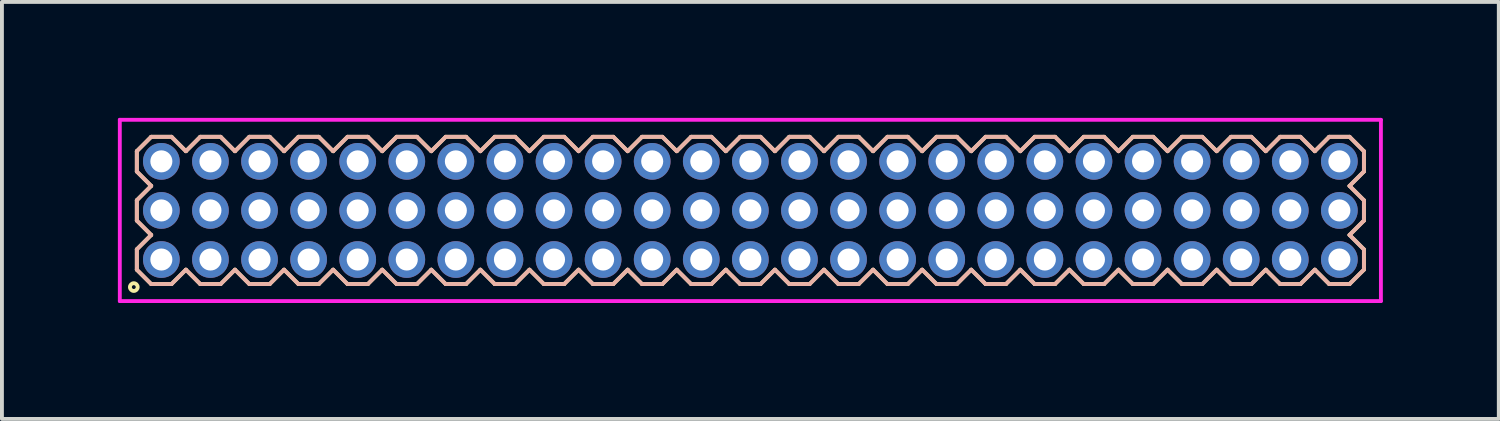
<source format=kicad_pcb>
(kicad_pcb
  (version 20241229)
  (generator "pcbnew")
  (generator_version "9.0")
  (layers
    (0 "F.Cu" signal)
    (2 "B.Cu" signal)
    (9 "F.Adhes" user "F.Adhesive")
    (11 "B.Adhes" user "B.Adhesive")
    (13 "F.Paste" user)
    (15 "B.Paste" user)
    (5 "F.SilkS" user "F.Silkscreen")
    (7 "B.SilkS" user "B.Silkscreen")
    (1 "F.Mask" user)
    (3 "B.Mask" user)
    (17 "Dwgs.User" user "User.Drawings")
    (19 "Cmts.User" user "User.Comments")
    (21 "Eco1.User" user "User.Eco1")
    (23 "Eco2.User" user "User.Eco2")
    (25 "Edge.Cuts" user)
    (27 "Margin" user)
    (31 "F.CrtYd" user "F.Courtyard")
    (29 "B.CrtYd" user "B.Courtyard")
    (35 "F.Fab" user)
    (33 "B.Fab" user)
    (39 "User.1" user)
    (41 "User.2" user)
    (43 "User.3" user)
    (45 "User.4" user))
  (footprint "HDR127P25x3"
    (layer "F.Cu")
    (at 16.365 2.395)
    (property "Reference" "HDR127P25x3" (at 0 0 0) (layer "User.1") (effects (font (size 1 1) (thickness 0.1))))
    (attr through_hole)
    (fp_line (start -15.875 -1.533) (end -15.503 -1.905) (stroke (width 0.1) (type solid)) (layer "F.SilkS"))
    (fp_line (start -15.875 -1.007) (end -15.875 -1.533) (stroke (width 0.1) (type solid)) (layer "F.SilkS"))
    (fp_line (start -15.875 -0.263) (end -15.503 -0.635) (stroke (width 0.1) (type solid)) (layer "F.SilkS"))
    (fp_line (start -15.875 0.263) (end -15.875 -0.263) (stroke (width 0.1) (type solid)) (layer "F.SilkS"))
    (fp_line (start -15.875 1.007) (end -15.503 0.635) (stroke (width 0.1) (type solid)) (layer "F.SilkS"))
    (fp_line (start -15.875 1.533) (end -15.875 1.007) (stroke (width 0.1) (type solid)) (layer "F.SilkS"))
    (fp_line (start -15.503 -1.905) (end -14.977 -1.905) (stroke (width 0.1) (type solid)) (layer "F.SilkS"))
    (fp_line (start -15.503 -0.635) (end -15.875 -1.007) (stroke (width 0.1) (type solid)) (layer "F.SilkS"))
    (fp_line (start -15.503 0.635) (end -15.875 0.263) (stroke (width 0.1) (type solid)) (layer "F.SilkS"))
    (fp_line (start -15.503 1.905) (end -15.875 1.533) (stroke (width 0.1) (type solid)) (layer "F.SilkS"))
    (fp_line (start -14.977 -1.905) (end -14.605 -1.533) (stroke (width 0.1) (type solid)) (layer "F.SilkS"))
    (fp_line (start -14.977 1.905) (end -15.503 1.905) (stroke (width 0.1) (type solid)) (layer "F.SilkS"))
    (fp_line (start -14.605 -1.533) (end -14.233 -1.905) (stroke (width 0.1) (type solid)) (layer "F.SilkS"))
    (fp_line (start -14.605 1.533) (end -14.977 1.905) (stroke (width 0.1) (type solid)) (layer "F.SilkS"))
    (fp_line (start -14.233 -1.905) (end -13.707 -1.905) (stroke (width 0.1) (type solid)) (layer "F.SilkS"))
    (fp_line (start -14.233 1.905) (end -14.605 1.533) (stroke (width 0.1) (type solid)) (layer "F.SilkS"))
    (fp_line (start -13.707 -1.905) (end -13.335 -1.533) (stroke (width 0.1) (type solid)) (layer "F.SilkS"))
    (fp_line (start -13.707 1.905) (end -14.233 1.905) (stroke (width 0.1) (type solid)) (layer "F.SilkS"))
    (fp_line (start -13.335 -1.533) (end -12.963 -1.905) (stroke (width 0.1) (type solid)) (layer "F.SilkS"))
    (fp_line (start -13.335 1.533) (end -13.707 1.905) (stroke (width 0.1) (type solid)) (layer "F.SilkS"))
    (fp_line (start -12.963 -1.905) (end -12.437 -1.905) (stroke (width 0.1) (type solid)) (layer "F.SilkS"))
    (fp_line (start -12.963 1.905) (end -13.335 1.533) (stroke (width 0.1) (type solid)) (layer "F.SilkS"))
    (fp_line (start -12.437 -1.905) (end -12.065 -1.533) (stroke (width 0.1) (type solid)) (layer "F.SilkS"))
    (fp_line (start -12.437 1.905) (end -12.963 1.905) (stroke (width 0.1) (type solid)) (layer "F.SilkS"))
    (fp_line (start -12.065 -1.533) (end -11.693 -1.905) (stroke (width 0.1) (type solid)) (layer "F.SilkS"))
    (fp_line (start -12.065 1.533) (end -12.437 1.905) (stroke (width 0.1) (type solid)) (layer "F.SilkS"))
    (fp_line (start -11.693 -1.905) (end -11.167 -1.905) (stroke (width 0.1) (type solid)) (layer "F.SilkS"))
    (fp_line (start -11.693 1.905) (end -12.065 1.533) (stroke (width 0.1) (type solid)) (layer "F.SilkS"))
    (fp_line (start -11.167 -1.905) (end -10.795 -1.533) (stroke (width 0.1) (type solid)) (layer "F.SilkS"))
    (fp_line (start -11.167 1.905) (end -11.693 1.905) (stroke (width 0.1) (type solid)) (layer "F.SilkS"))
    (fp_line (start -10.795 -1.533) (end -10.423 -1.905) (stroke (width 0.1) (type solid)) (layer "F.SilkS"))
    (fp_line (start -10.795 1.533) (end -11.167 1.905) (stroke (width 0.1) (type solid)) (layer "F.SilkS"))
    (fp_line (start -10.423 -1.905) (end -9.897 -1.905) (stroke (width 0.1) (type solid)) (layer "F.SilkS"))
    (fp_line (start -10.423 1.905) (end -10.795 1.533) (stroke (width 0.1) (type solid)) (layer "F.SilkS"))
    (fp_line (start -9.897 -1.905) (end -9.525 -1.533) (stroke (width 0.1) (type solid)) (layer "F.SilkS"))
    (fp_line (start -9.897 1.905) (end -10.423 1.905) (stroke (width 0.1) (type solid)) (layer "F.SilkS"))
    (fp_line (start -9.525 -1.533) (end -9.153 -1.905) (stroke (width 0.1) (type solid)) (layer "F.SilkS"))
    (fp_line (start -9.525 1.533) (end -9.897 1.905) (stroke (width 0.1) (type solid)) (layer "F.SilkS"))
    (fp_line (start -9.153 -1.905) (end -8.627 -1.905) (stroke (width 0.1) (type solid)) (layer "F.SilkS"))
    (fp_line (start -9.153 1.905) (end -9.525 1.533) (stroke (width 0.1) (type solid)) (layer "F.SilkS"))
    (fp_line (start -8.627 -1.905) (end -8.255 -1.533) (stroke (width 0.1) (type solid)) (layer "F.SilkS"))
    (fp_line (start -8.627 1.905) (end -9.153 1.905) (stroke (width 0.1) (type solid)) (layer "F.SilkS"))
    (fp_line (start -8.255 -1.533) (end -7.883 -1.905) (stroke (width 0.1) (type solid)) (layer "F.SilkS"))
    (fp_line (start -8.255 1.533) (end -8.627 1.905) (stroke (width 0.1) (type solid)) (layer "F.SilkS"))
    (fp_line (start -7.883 -1.905) (end -7.357 -1.905) (stroke (width 0.1) (type solid)) (layer "F.SilkS"))
    (fp_line (start -7.883 1.905) (end -8.255 1.533) (stroke (width 0.1) (type solid)) (layer "F.SilkS"))
    (fp_line (start -7.357 -1.905) (end -6.985 -1.533) (stroke (width 0.1) (type solid)) (layer "F.SilkS"))
    (fp_line (start -7.357 1.905) (end -7.883 1.905) (stroke (width 0.1) (type solid)) (layer "F.SilkS"))
    (fp_line (start -6.985 -1.533) (end -6.613 -1.905) (stroke (width 0.1) (type solid)) (layer "F.SilkS"))
    (fp_line (start -6.985 1.533) (end -7.357 1.905) (stroke (width 0.1) (type solid)) (layer "F.SilkS"))
    (fp_line (start -6.613 -1.905) (end -6.087 -1.905) (stroke (width 0.1) (type solid)) (layer "F.SilkS"))
    (fp_line (start -6.613 1.905) (end -6.985 1.533) (stroke (width 0.1) (type solid)) (layer "F.SilkS"))
    (fp_line (start -6.087 -1.905) (end -5.715 -1.533) (stroke (width 0.1) (type solid)) (layer "F.SilkS"))
    (fp_line (start -6.087 1.905) (end -6.613 1.905) (stroke (width 0.1) (type solid)) (layer "F.SilkS"))
    (fp_line (start -5.715 -1.533) (end -5.343 -1.905) (stroke (width 0.1) (type solid)) (layer "F.SilkS"))
    (fp_line (start -5.715 1.533) (end -6.087 1.905) (stroke (width 0.1) (type solid)) (layer "F.SilkS"))
    (fp_line (start -5.343 -1.905) (end -4.817 -1.905) (stroke (width 0.1) (type solid)) (layer "F.SilkS"))
    (fp_line (start -5.343 1.905) (end -5.715 1.533) (stroke (width 0.1) (type solid)) (layer "F.SilkS"))
    (fp_line (start -4.817 -1.905) (end -4.445 -1.533) (stroke (width 0.1) (type solid)) (layer "F.SilkS"))
    (fp_line (start -4.817 1.905) (end -5.343 1.905) (stroke (width 0.1) (type solid)) (layer "F.SilkS"))
    (fp_line (start -4.445 -1.533) (end -4.073 -1.905) (stroke (width 0.1) (type solid)) (layer "F.SilkS"))
    (fp_line (start -4.445 1.533) (end -4.817 1.905) (stroke (width 0.1) (type solid)) (layer "F.SilkS"))
    (fp_line (start -4.073 -1.905) (end -3.547 -1.905) (stroke (width 0.1) (type solid)) (layer "F.SilkS"))
    (fp_line (start -4.073 1.905) (end -4.445 1.533) (stroke (width 0.1) (type solid)) (layer "F.SilkS"))
    (fp_line (start -3.547 -1.905) (end -3.175 -1.533) (stroke (width 0.1) (type solid)) (layer "F.SilkS"))
    (fp_line (start -3.547 1.905) (end -4.073 1.905) (stroke (width 0.1) (type solid)) (layer "F.SilkS"))
    (fp_line (start -3.175 -1.533) (end -2.803 -1.905) (stroke (width 0.1) (type solid)) (layer "F.SilkS"))
    (fp_line (start -3.175 1.533) (end -3.547 1.905) (stroke (width 0.1) (type solid)) (layer "F.SilkS"))
    (fp_line (start -2.803 -1.905) (end -2.277 -1.905) (stroke (width 0.1) (type solid)) (layer "F.SilkS"))
    (fp_line (start -2.803 1.905) (end -3.175 1.533) (stroke (width 0.1) (type solid)) (layer "F.SilkS"))
    (fp_line (start -2.277 -1.905) (end -1.905 -1.533) (stroke (width 0.1) (type solid)) (layer "F.SilkS"))
    (fp_line (start -2.277 1.905) (end -2.803 1.905) (stroke (width 0.1) (type solid)) (layer "F.SilkS"))
    (fp_line (start -1.905 -1.533) (end -1.533 -1.905) (stroke (width 0.1) (type solid)) (layer "F.SilkS"))
    (fp_line (start -1.905 1.533) (end -2.277 1.905) (stroke (width 0.1) (type solid)) (layer "F.SilkS"))
    (fp_line (start -1.533 -1.905) (end -1.007 -1.905) (stroke (width 0.1) (type solid)) (layer "F.SilkS"))
    (fp_line (start -1.533 1.905) (end -1.905 1.533) (stroke (width 0.1) (type solid)) (layer "F.SilkS"))
    (fp_line (start -1.007 -1.905) (end -0.635 -1.533) (stroke (width 0.1) (type solid)) (layer "F.SilkS"))
    (fp_line (start -1.007 1.905) (end -1.533 1.905) (stroke (width 0.1) (type solid)) (layer "F.SilkS"))
    (fp_line (start -0.635 -1.533) (end -0.263 -1.905) (stroke (width 0.1) (type solid)) (layer "F.SilkS"))
    (fp_line (start -0.635 1.533) (end -1.007 1.905) (stroke (width 0.1) (type solid)) (layer "F.SilkS"))
    (fp_line (start -0.263 -1.905) (end 0.263 -1.905) (stroke (width 0.1) (type solid)) (layer "F.SilkS"))
    (fp_line (start -0.263 1.905) (end -0.635 1.533) (stroke (width 0.1) (type solid)) (layer "F.SilkS"))
    (fp_line (start 0.263 -1.905) (end 0.635 -1.533) (stroke (width 0.1) (type solid)) (layer "F.SilkS"))
    (fp_line (start 0.263 1.905) (end -0.263 1.905) (stroke (width 0.1) (type solid)) (layer "F.SilkS"))
    (fp_line (start 0.635 -1.533) (end 1.007 -1.905) (stroke (width 0.1) (type solid)) (layer "F.SilkS"))
    (fp_line (start 0.635 1.533) (end 0.263 1.905) (stroke (width 0.1) (type solid)) (layer "F.SilkS"))
    (fp_line (start 1.007 -1.905) (end 1.533 -1.905) (stroke (width 0.1) (type solid)) (layer "F.SilkS"))
    (fp_line (start 1.007 1.905) (end 0.635 1.533) (stroke (width 0.1) (type solid)) (layer "F.SilkS"))
    (fp_line (start 1.533 -1.905) (end 1.905 -1.533) (stroke (width 0.1) (type solid)) (layer "F.SilkS"))
    (fp_line (start 1.533 1.905) (end 1.007 1.905) (stroke (width 0.1) (type solid)) (layer "F.SilkS"))
    (fp_line (start 1.905 -1.533) (end 2.277 -1.905) (stroke (width 0.1) (type solid)) (layer "F.SilkS"))
    (fp_line (start 1.905 1.533) (end 1.533 1.905) (stroke (width 0.1) (type solid)) (layer "F.SilkS"))
    (fp_line (start 2.277 -1.905) (end 2.803 -1.905) (stroke (width 0.1) (type solid)) (layer "F.SilkS"))
    (fp_line (start 2.277 1.905) (end 1.905 1.533) (stroke (width 0.1) (type solid)) (layer "F.SilkS"))
    (fp_line (start 2.803 -1.905) (end 3.175 -1.533) (stroke (width 0.1) (type solid)) (layer "F.SilkS"))
    (fp_line (start 2.803 1.905) (end 2.277 1.905) (stroke (width 0.1) (type solid)) (layer "F.SilkS"))
    (fp_line (start 3.175 -1.533) (end 3.547 -1.905) (stroke (width 0.1) (type solid)) (layer "F.SilkS"))
    (fp_line (start 3.175 1.533) (end 2.803 1.905) (stroke (width 0.1) (type solid)) (layer "F.SilkS"))
    (fp_line (start 3.547 -1.905) (end 4.073 -1.905) (stroke (width 0.1) (type solid)) (layer "F.SilkS"))
    (fp_line (start 3.547 1.905) (end 3.175 1.533) (stroke (width 0.1) (type solid)) (layer "F.SilkS"))
    (fp_line (start 4.073 -1.905) (end 4.445 -1.533) (stroke (width 0.1) (type solid)) (layer "F.SilkS"))
    (fp_line (start 4.073 1.905) (end 3.547 1.905) (stroke (width 0.1) (type solid)) (layer "F.SilkS"))
    (fp_line (start 4.445 -1.533) (end 4.817 -1.905) (stroke (width 0.1) (type solid)) (layer "F.SilkS"))
    (fp_line (start 4.445 1.533) (end 4.073 1.905) (stroke (width 0.1) (type solid)) (layer "F.SilkS"))
    (fp_line (start 4.817 -1.905) (end 5.343 -1.905) (stroke (width 0.1) (type solid)) (layer "F.SilkS"))
    (fp_line (start 4.817 1.905) (end 4.445 1.533) (stroke (width 0.1) (type solid)) (layer "F.SilkS"))
    (fp_line (start 5.343 -1.905) (end 5.715 -1.533) (stroke (width 0.1) (type solid)) (layer "F.SilkS"))
    (fp_line (start 5.343 1.905) (end 4.817 1.905) (stroke (width 0.1) (type solid)) (layer "F.SilkS"))
    (fp_line (start 5.715 -1.533) (end 6.087 -1.905) (stroke (width 0.1) (type solid)) (layer "F.SilkS"))
    (fp_line (start 5.715 1.533) (end 5.343 1.905) (stroke (width 0.1) (type solid)) (layer "F.SilkS"))
    (fp_line (start 6.087 -1.905) (end 6.613 -1.905) (stroke (width 0.1) (type solid)) (layer "F.SilkS"))
    (fp_line (start 6.087 1.905) (end 5.715 1.533) (stroke (width 0.1) (type solid)) (layer "F.SilkS"))
    (fp_line (start 6.613 -1.905) (end 6.985 -1.533) (stroke (width 0.1) (type solid)) (layer "F.SilkS"))
    (fp_line (start 6.613 1.905) (end 6.087 1.905) (stroke (width 0.1) (type solid)) (layer "F.SilkS"))
    (fp_line (start 6.985 -1.533) (end 7.357 -1.905) (stroke (width 0.1) (type solid)) (layer "F.SilkS"))
    (fp_line (start 6.985 1.533) (end 6.613 1.905) (stroke (width 0.1) (type solid)) (layer "F.SilkS"))
    (fp_line (start 7.357 -1.905) (end 7.883 -1.905) (stroke (width 0.1) (type solid)) (layer "F.SilkS"))
    (fp_line (start 7.357 1.905) (end 6.985 1.533) (stroke (width 0.1) (type solid)) (layer "F.SilkS"))
    (fp_line (start 7.883 -1.905) (end 8.255 -1.533) (stroke (width 0.1) (type solid)) (layer "F.SilkS"))
    (fp_line (start 7.883 1.905) (end 7.357 1.905) (stroke (width 0.1) (type solid)) (layer "F.SilkS"))
    (fp_line (start 8.255 -1.533) (end 8.627 -1.905) (stroke (width 0.1) (type solid)) (layer "F.SilkS"))
    (fp_line (start 8.255 1.533) (end 7.883 1.905) (stroke (width 0.1) (type solid)) (layer "F.SilkS"))
    (fp_line (start 8.627 -1.905) (end 9.153 -1.905) (stroke (width 0.1) (type solid)) (layer "F.SilkS"))
    (fp_line (start 8.627 1.905) (end 8.255 1.533) (stroke (width 0.1) (type solid)) (layer "F.SilkS"))
    (fp_line (start 9.153 -1.905) (end 9.525 -1.533) (stroke (width 0.1) (type solid)) (layer "F.SilkS"))
    (fp_line (start 9.153 1.905) (end 8.627 1.905) (stroke (width 0.1) (type solid)) (layer "F.SilkS"))
    (fp_line (start 9.525 -1.533) (end 9.897 -1.905) (stroke (width 0.1) (type solid)) (layer "F.SilkS"))
    (fp_line (start 9.525 1.533) (end 9.153 1.905) (stroke (width 0.1) (type solid)) (layer "F.SilkS"))
    (fp_line (start 9.897 -1.905) (end 10.423 -1.905) (stroke (width 0.1) (type solid)) (layer "F.SilkS"))
    (fp_line (start 9.897 1.905) (end 9.525 1.533) (stroke (width 0.1) (type solid)) (layer "F.SilkS"))
    (fp_line (start 10.423 -1.905) (end 10.795 -1.533) (stroke (width 0.1) (type solid)) (layer "F.SilkS"))
    (fp_line (start 10.423 1.905) (end 9.897 1.905) (stroke (width 0.1) (type solid)) (layer "F.SilkS"))
    (fp_line (start 10.795 -1.533) (end 11.167 -1.905) (stroke (width 0.1) (type solid)) (layer "F.SilkS"))
    (fp_line (start 10.795 1.533) (end 10.423 1.905) (stroke (width 0.1) (type solid)) (layer "F.SilkS"))
    (fp_line (start 11.167 -1.905) (end 11.693 -1.905) (stroke (width 0.1) (type solid)) (layer "F.SilkS"))
    (fp_line (start 11.167 1.905) (end 10.795 1.533) (stroke (width 0.1) (type solid)) (layer "F.SilkS"))
    (fp_line (start 11.693 -1.905) (end 12.065 -1.533) (stroke (width 0.1) (type solid)) (layer "F.SilkS"))
    (fp_line (start 11.693 1.905) (end 11.167 1.905) (stroke (width 0.1) (type solid)) (layer "F.SilkS"))
    (fp_line (start 12.065 -1.533) (end 12.437 -1.905) (stroke (width 0.1) (type solid)) (layer "F.SilkS"))
    (fp_line (start 12.065 1.533) (end 11.693 1.905) (stroke (width 0.1) (type solid)) (layer "F.SilkS"))
    (fp_line (start 12.437 -1.905) (end 12.963 -1.905) (stroke (width 0.1) (type solid)) (layer "F.SilkS"))
    (fp_line (start 12.437 1.905) (end 12.065 1.533) (stroke (width 0.1) (type solid)) (layer "F.SilkS"))
    (fp_line (start 12.963 -1.905) (end 13.335 -1.533) (stroke (width 0.1) (type solid)) (layer "F.SilkS"))
    (fp_line (start 12.963 1.905) (end 12.437 1.905) (stroke (width 0.1) (type solid)) (layer "F.SilkS"))
    (fp_line (start 13.335 -1.533) (end 13.707 -1.905) (stroke (width 0.1) (type solid)) (layer "F.SilkS"))
    (fp_line (start 13.335 1.533) (end 12.963 1.905) (stroke (width 0.1) (type solid)) (layer "F.SilkS"))
    (fp_line (start 13.707 -1.905) (end 14.233 -1.905) (stroke (width 0.1) (type solid)) (layer "F.SilkS"))
    (fp_line (start 13.707 1.905) (end 13.335 1.533) (stroke (width 0.1) (type solid)) (layer "F.SilkS"))
    (fp_line (start 14.233 -1.905) (end 14.605 -1.533) (stroke (width 0.1) (type solid)) (layer "F.SilkS"))
    (fp_line (start 14.233 1.905) (end 13.707 1.905) (stroke (width 0.1) (type solid)) (layer "F.SilkS"))
    (fp_line (start 14.605 -1.533) (end 14.977 -1.905) (stroke (width 0.1) (type solid)) (layer "F.SilkS"))
    (fp_line (start 14.605 1.533) (end 14.233 1.905) (stroke (width 0.1) (type solid)) (layer "F.SilkS"))
    (fp_line (start 14.977 -1.905) (end 15.503 -1.905) (stroke (width 0.1) (type solid)) (layer "F.SilkS"))
    (fp_line (start 14.977 1.905) (end 14.605 1.533) (stroke (width 0.1) (type solid)) (layer "F.SilkS"))
    (fp_line (start 15.503 -1.905) (end 15.875 -1.533) (stroke (width 0.1) (type solid)) (layer "F.SilkS"))
    (fp_line (start 15.503 -0.635) (end 15.875 -0.263) (stroke (width 0.1) (type solid)) (layer "F.SilkS"))
    (fp_line (start 15.503 0.635) (end 15.875 1.007) (stroke (width 0.1) (type solid)) (layer "F.SilkS"))
    (fp_line (start 15.503 1.905) (end 14.977 1.905) (stroke (width 0.1) (type solid)) (layer "F.SilkS"))
    (fp_line (start 15.875 -1.533) (end 15.875 -1.007) (stroke (width 0.1) (type solid)) (layer "F.SilkS"))
    (fp_line (start 15.875 -1.007) (end 15.503 -0.635) (stroke (width 0.1) (type solid)) (layer "F.SilkS"))
    (fp_line (start 15.875 -0.263) (end 15.875 0.263) (stroke (width 0.1) (type solid)) (layer "F.SilkS"))
    (fp_line (start 15.875 0.263) (end 15.503 0.635) (stroke (width 0.1) (type solid)) (layer "F.SilkS"))
    (fp_line (start 15.875 1.007) (end 15.875 1.533) (stroke (width 0.1) (type solid)) (layer "F.SilkS"))
    (fp_line (start 15.875 1.533) (end 15.503 1.905) (stroke (width 0.1) (type solid)) (layer "F.SilkS"))
    (fp_circle (center -15.953 1.983) (end -15.853 1.983) (stroke (width 0.1) (type solid)) (fill no) (layer "F.SilkS"))
    (fp_line (start -15.875 -1.533) (end -15.503 -1.905) (stroke (width 0.1) (type solid)) (layer "B.SilkS"))
    (fp_line (start -15.875 -1.007) (end -15.875 -1.533) (stroke (width 0.1) (type solid)) (layer "B.SilkS"))
    (fp_line (start -15.875 -0.263) (end -15.503 -0.635) (stroke (width 0.1) (type solid)) (layer "B.SilkS"))
    (fp_line (start -15.875 0.263) (end -15.875 -0.263) (stroke (width 0.1) (type solid)) (layer "B.SilkS"))
    (fp_line (start -15.875 1.007) (end -15.503 0.635) (stroke (width 0.1) (type solid)) (layer "B.SilkS"))
    (fp_line (start -15.875 1.533) (end -15.875 1.007) (stroke (width 0.1) (type solid)) (layer "B.SilkS"))
    (fp_line (start -15.503 -1.905) (end -14.977 -1.905) (stroke (width 0.1) (type solid)) (layer "B.SilkS"))
    (fp_line (start -15.503 -0.635) (end -15.875 -1.007) (stroke (width 0.1) (type solid)) (layer "B.SilkS"))
    (fp_line (start -15.503 0.635) (end -15.875 0.263) (stroke (width 0.1) (type solid)) (layer "B.SilkS"))
    (fp_line (start -15.503 1.905) (end -15.875 1.533) (stroke (width 0.1) (type solid)) (layer "B.SilkS"))
    (fp_line (start -14.977 -1.905) (end -14.605 -1.533) (stroke (width 0.1) (type solid)) (layer "B.SilkS"))
    (fp_line (start -14.977 1.905) (end -15.503 1.905) (stroke (width 0.1) (type solid)) (layer "B.SilkS"))
    (fp_line (start -14.605 -1.533) (end -14.233 -1.905) (stroke (width 0.1) (type solid)) (layer "B.SilkS"))
    (fp_line (start -14.605 1.533) (end -14.977 1.905) (stroke (width 0.1) (type solid)) (layer "B.SilkS"))
    (fp_line (start -14.233 -1.905) (end -13.707 -1.905) (stroke (width 0.1) (type solid)) (layer "B.SilkS"))
    (fp_line (start -14.233 1.905) (end -14.605 1.533) (stroke (width 0.1) (type solid)) (layer "B.SilkS"))
    (fp_line (start -13.707 -1.905) (end -13.335 -1.533) (stroke (width 0.1) (type solid)) (layer "B.SilkS"))
    (fp_line (start -13.707 1.905) (end -14.233 1.905) (stroke (width 0.1) (type solid)) (layer "B.SilkS"))
    (fp_line (start -13.335 -1.533) (end -12.963 -1.905) (stroke (width 0.1) (type solid)) (layer "B.SilkS"))
    (fp_line (start -13.335 1.533) (end -13.707 1.905) (stroke (width 0.1) (type solid)) (layer "B.SilkS"))
    (fp_line (start -12.963 -1.905) (end -12.437 -1.905) (stroke (width 0.1) (type solid)) (layer "B.SilkS"))
    (fp_line (start -12.963 1.905) (end -13.335 1.533) (stroke (width 0.1) (type solid)) (layer "B.SilkS"))
    (fp_line (start -12.437 -1.905) (end -12.065 -1.533) (stroke (width 0.1) (type solid)) (layer "B.SilkS"))
    (fp_line (start -12.437 1.905) (end -12.963 1.905) (stroke (width 0.1) (type solid)) (layer "B.SilkS"))
    (fp_line (start -12.065 -1.533) (end -11.693 -1.905) (stroke (width 0.1) (type solid)) (layer "B.SilkS"))
    (fp_line (start -12.065 1.533) (end -12.437 1.905) (stroke (width 0.1) (type solid)) (layer "B.SilkS"))
    (fp_line (start -11.693 -1.905) (end -11.167 -1.905) (stroke (width 0.1) (type solid)) (layer "B.SilkS"))
    (fp_line (start -11.693 1.905) (end -12.065 1.533) (stroke (width 0.1) (type solid)) (layer "B.SilkS"))
    (fp_line (start -11.167 -1.905) (end -10.795 -1.533) (stroke (width 0.1) (type solid)) (layer "B.SilkS"))
    (fp_line (start -11.167 1.905) (end -11.693 1.905) (stroke (width 0.1) (type solid)) (layer "B.SilkS"))
    (fp_line (start -10.795 -1.533) (end -10.423 -1.905) (stroke (width 0.1) (type solid)) (layer "B.SilkS"))
    (fp_line (start -10.795 1.533) (end -11.167 1.905) (stroke (width 0.1) (type solid)) (layer "B.SilkS"))
    (fp_line (start -10.423 -1.905) (end -9.897 -1.905) (stroke (width 0.1) (type solid)) (layer "B.SilkS"))
    (fp_line (start -10.423 1.905) (end -10.795 1.533) (stroke (width 0.1) (type solid)) (layer "B.SilkS"))
    (fp_line (start -9.897 -1.905) (end -9.525 -1.533) (stroke (width 0.1) (type solid)) (layer "B.SilkS"))
    (fp_line (start -9.897 1.905) (end -10.423 1.905) (stroke (width 0.1) (type solid)) (layer "B.SilkS"))
    (fp_line (start -9.525 -1.533) (end -9.153 -1.905) (stroke (width 0.1) (type solid)) (layer "B.SilkS"))
    (fp_line (start -9.525 1.533) (end -9.897 1.905) (stroke (width 0.1) (type solid)) (layer "B.SilkS"))
    (fp_line (start -9.153 -1.905) (end -8.627 -1.905) (stroke (width 0.1) (type solid)) (layer "B.SilkS"))
    (fp_line (start -9.153 1.905) (end -9.525 1.533) (stroke (width 0.1) (type solid)) (layer "B.SilkS"))
    (fp_line (start -8.627 -1.905) (end -8.255 -1.533) (stroke (width 0.1) (type solid)) (layer "B.SilkS"))
    (fp_line (start -8.627 1.905) (end -9.153 1.905) (stroke (width 0.1) (type solid)) (layer "B.SilkS"))
    (fp_line (start -8.255 -1.533) (end -7.883 -1.905) (stroke (width 0.1) (type solid)) (layer "B.SilkS"))
    (fp_line (start -8.255 1.533) (end -8.627 1.905) (stroke (width 0.1) (type solid)) (layer "B.SilkS"))
    (fp_line (start -7.883 -1.905) (end -7.357 -1.905) (stroke (width 0.1) (type solid)) (layer "B.SilkS"))
    (fp_line (start -7.883 1.905) (end -8.255 1.533) (stroke (width 0.1) (type solid)) (layer "B.SilkS"))
    (fp_line (start -7.357 -1.905) (end -6.985 -1.533) (stroke (width 0.1) (type solid)) (layer "B.SilkS"))
    (fp_line (start -7.357 1.905) (end -7.883 1.905) (stroke (width 0.1) (type solid)) (layer "B.SilkS"))
    (fp_line (start -6.985 -1.533) (end -6.613 -1.905) (stroke (width 0.1) (type solid)) (layer "B.SilkS"))
    (fp_line (start -6.985 1.533) (end -7.357 1.905) (stroke (width 0.1) (type solid)) (layer "B.SilkS"))
    (fp_line (start -6.613 -1.905) (end -6.087 -1.905) (stroke (width 0.1) (type solid)) (layer "B.SilkS"))
    (fp_line (start -6.613 1.905) (end -6.985 1.533) (stroke (width 0.1) (type solid)) (layer "B.SilkS"))
    (fp_line (start -6.087 -1.905) (end -5.715 -1.533) (stroke (width 0.1) (type solid)) (layer "B.SilkS"))
    (fp_line (start -6.087 1.905) (end -6.613 1.905) (stroke (width 0.1) (type solid)) (layer "B.SilkS"))
    (fp_line (start -5.715 -1.533) (end -5.343 -1.905) (stroke (width 0.1) (type solid)) (layer "B.SilkS"))
    (fp_line (start -5.715 1.533) (end -6.087 1.905) (stroke (width 0.1) (type solid)) (layer "B.SilkS"))
    (fp_line (start -5.343 -1.905) (end -4.817 -1.905) (stroke (width 0.1) (type solid)) (layer "B.SilkS"))
    (fp_line (start -5.343 1.905) (end -5.715 1.533) (stroke (width 0.1) (type solid)) (layer "B.SilkS"))
    (fp_line (start -4.817 -1.905) (end -4.445 -1.533) (stroke (width 0.1) (type solid)) (layer "B.SilkS"))
    (fp_line (start -4.817 1.905) (end -5.343 1.905) (stroke (width 0.1) (type solid)) (layer "B.SilkS"))
    (fp_line (start -4.445 -1.533) (end -4.073 -1.905) (stroke (width 0.1) (type solid)) (layer "B.SilkS"))
    (fp_line (start -4.445 1.533) (end -4.817 1.905) (stroke (width 0.1) (type solid)) (layer "B.SilkS"))
    (fp_line (start -4.073 -1.905) (end -3.547 -1.905) (stroke (width 0.1) (type solid)) (layer "B.SilkS"))
    (fp_line (start -4.073 1.905) (end -4.445 1.533) (stroke (width 0.1) (type solid)) (layer "B.SilkS"))
    (fp_line (start -3.547 -1.905) (end -3.175 -1.533) (stroke (width 0.1) (type solid)) (layer "B.SilkS"))
    (fp_line (start -3.547 1.905) (end -4.073 1.905) (stroke (width 0.1) (type solid)) (layer "B.SilkS"))
    (fp_line (start -3.175 -1.533) (end -2.803 -1.905) (stroke (width 0.1) (type solid)) (layer "B.SilkS"))
    (fp_line (start -3.175 1.533) (end -3.547 1.905) (stroke (width 0.1) (type solid)) (layer "B.SilkS"))
    (fp_line (start -2.803 -1.905) (end -2.277 -1.905) (stroke (width 0.1) (type solid)) (layer "B.SilkS"))
    (fp_line (start -2.803 1.905) (end -3.175 1.533) (stroke (width 0.1) (type solid)) (layer "B.SilkS"))
    (fp_line (start -2.277 -1.905) (end -1.905 -1.533) (stroke (width 0.1) (type solid)) (layer "B.SilkS"))
    (fp_line (start -2.277 1.905) (end -2.803 1.905) (stroke (width 0.1) (type solid)) (layer "B.SilkS"))
    (fp_line (start -1.905 -1.533) (end -1.533 -1.905) (stroke (width 0.1) (type solid)) (layer "B.SilkS"))
    (fp_line (start -1.905 1.533) (end -2.277 1.905) (stroke (width 0.1) (type solid)) (layer "B.SilkS"))
    (fp_line (start -1.533 -1.905) (end -1.007 -1.905) (stroke (width 0.1) (type solid)) (layer "B.SilkS"))
    (fp_line (start -1.533 1.905) (end -1.905 1.533) (stroke (width 0.1) (type solid)) (layer "B.SilkS"))
    (fp_line (start -1.007 -1.905) (end -0.635 -1.533) (stroke (width 0.1) (type solid)) (layer "B.SilkS"))
    (fp_line (start -1.007 1.905) (end -1.533 1.905) (stroke (width 0.1) (type solid)) (layer "B.SilkS"))
    (fp_line (start -0.635 -1.533) (end -0.263 -1.905) (stroke (width 0.1) (type solid)) (layer "B.SilkS"))
    (fp_line (start -0.635 1.533) (end -1.007 1.905) (stroke (width 0.1) (type solid)) (layer "B.SilkS"))
    (fp_line (start -0.263 -1.905) (end 0.263 -1.905) (stroke (width 0.1) (type solid)) (layer "B.SilkS"))
    (fp_line (start -0.263 1.905) (end -0.635 1.533) (stroke (width 0.1) (type solid)) (layer "B.SilkS"))
    (fp_line (start 0.263 -1.905) (end 0.635 -1.533) (stroke (width 0.1) (type solid)) (layer "B.SilkS"))
    (fp_line (start 0.263 1.905) (end -0.263 1.905) (stroke (width 0.1) (type solid)) (layer "B.SilkS"))
    (fp_line (start 0.635 -1.533) (end 1.007 -1.905) (stroke (width 0.1) (type solid)) (layer "B.SilkS"))
    (fp_line (start 0.635 1.533) (end 0.263 1.905) (stroke (width 0.1) (type solid)) (layer "B.SilkS"))
    (fp_line (start 1.007 -1.905) (end 1.533 -1.905) (stroke (width 0.1) (type solid)) (layer "B.SilkS"))
    (fp_line (start 1.007 1.905) (end 0.635 1.533) (stroke (width 0.1) (type solid)) (layer "B.SilkS"))
    (fp_line (start 1.533 -1.905) (end 1.905 -1.533) (stroke (width 0.1) (type solid)) (layer "B.SilkS"))
    (fp_line (start 1.533 1.905) (end 1.007 1.905) (stroke (width 0.1) (type solid)) (layer "B.SilkS"))
    (fp_line (start 1.905 -1.533) (end 2.277 -1.905) (stroke (width 0.1) (type solid)) (layer "B.SilkS"))
    (fp_line (start 1.905 1.533) (end 1.533 1.905) (stroke (width 0.1) (type solid)) (layer "B.SilkS"))
    (fp_line (start 2.277 -1.905) (end 2.803 -1.905) (stroke (width 0.1) (type solid)) (layer "B.SilkS"))
    (fp_line (start 2.277 1.905) (end 1.905 1.533) (stroke (width 0.1) (type solid)) (layer "B.SilkS"))
    (fp_line (start 2.803 -1.905) (end 3.175 -1.533) (stroke (width 0.1) (type solid)) (layer "B.SilkS"))
    (fp_line (start 2.803 1.905) (end 2.277 1.905) (stroke (width 0.1) (type solid)) (layer "B.SilkS"))
    (fp_line (start 3.175 -1.533) (end 3.547 -1.905) (stroke (width 0.1) (type solid)) (layer "B.SilkS"))
    (fp_line (start 3.175 1.533) (end 2.803 1.905) (stroke (width 0.1) (type solid)) (layer "B.SilkS"))
    (fp_line (start 3.547 -1.905) (end 4.073 -1.905) (stroke (width 0.1) (type solid)) (layer "B.SilkS"))
    (fp_line (start 3.547 1.905) (end 3.175 1.533) (stroke (width 0.1) (type solid)) (layer "B.SilkS"))
    (fp_line (start 4.073 -1.905) (end 4.445 -1.533) (stroke (width 0.1) (type solid)) (layer "B.SilkS"))
    (fp_line (start 4.073 1.905) (end 3.547 1.905) (stroke (width 0.1) (type solid)) (layer "B.SilkS"))
    (fp_line (start 4.445 -1.533) (end 4.817 -1.905) (stroke (width 0.1) (type solid)) (layer "B.SilkS"))
    (fp_line (start 4.445 1.533) (end 4.073 1.905) (stroke (width 0.1) (type solid)) (layer "B.SilkS"))
    (fp_line (start 4.817 -1.905) (end 5.343 -1.905) (stroke (width 0.1) (type solid)) (layer "B.SilkS"))
    (fp_line (start 4.817 1.905) (end 4.445 1.533) (stroke (width 0.1) (type solid)) (layer "B.SilkS"))
    (fp_line (start 5.343 -1.905) (end 5.715 -1.533) (stroke (width 0.1) (type solid)) (layer "B.SilkS"))
    (fp_line (start 5.343 1.905) (end 4.817 1.905) (stroke (width 0.1) (type solid)) (layer "B.SilkS"))
    (fp_line (start 5.715 -1.533) (end 6.087 -1.905) (stroke (width 0.1) (type solid)) (layer "B.SilkS"))
    (fp_line (start 5.715 1.533) (end 5.343 1.905) (stroke (width 0.1) (type solid)) (layer "B.SilkS"))
    (fp_line (start 6.087 -1.905) (end 6.613 -1.905) (stroke (width 0.1) (type solid)) (layer "B.SilkS"))
    (fp_line (start 6.087 1.905) (end 5.715 1.533) (stroke (width 0.1) (type solid)) (layer "B.SilkS"))
    (fp_line (start 6.613 -1.905) (end 6.985 -1.533) (stroke (width 0.1) (type solid)) (layer "B.SilkS"))
    (fp_line (start 6.613 1.905) (end 6.087 1.905) (stroke (width 0.1) (type solid)) (layer "B.SilkS"))
    (fp_line (start 6.985 -1.533) (end 7.357 -1.905) (stroke (width 0.1) (type solid)) (layer "B.SilkS"))
    (fp_line (start 6.985 1.533) (end 6.613 1.905) (stroke (width 0.1) (type solid)) (layer "B.SilkS"))
    (fp_line (start 7.357 -1.905) (end 7.883 -1.905) (stroke (width 0.1) (type solid)) (layer "B.SilkS"))
    (fp_line (start 7.357 1.905) (end 6.985 1.533) (stroke (width 0.1) (type solid)) (layer "B.SilkS"))
    (fp_line (start 7.883 -1.905) (end 8.255 -1.533) (stroke (width 0.1) (type solid)) (layer "B.SilkS"))
    (fp_line (start 7.883 1.905) (end 7.357 1.905) (stroke (width 0.1) (type solid)) (layer "B.SilkS"))
    (fp_line (start 8.255 -1.533) (end 8.627 -1.905) (stroke (width 0.1) (type solid)) (layer "B.SilkS"))
    (fp_line (start 8.255 1.533) (end 7.883 1.905) (stroke (width 0.1) (type solid)) (layer "B.SilkS"))
    (fp_line (start 8.627 -1.905) (end 9.153 -1.905) (stroke (width 0.1) (type solid)) (layer "B.SilkS"))
    (fp_line (start 8.627 1.905) (end 8.255 1.533) (stroke (width 0.1) (type solid)) (layer "B.SilkS"))
    (fp_line (start 9.153 -1.905) (end 9.525 -1.533) (stroke (width 0.1) (type solid)) (layer "B.SilkS"))
    (fp_line (start 9.153 1.905) (end 8.627 1.905) (stroke (width 0.1) (type solid)) (layer "B.SilkS"))
    (fp_line (start 9.525 -1.533) (end 9.897 -1.905) (stroke (width 0.1) (type solid)) (layer "B.SilkS"))
    (fp_line (start 9.525 1.533) (end 9.153 1.905) (stroke (width 0.1) (type solid)) (layer "B.SilkS"))
    (fp_line (start 9.897 -1.905) (end 10.423 -1.905) (stroke (width 0.1) (type solid)) (layer "B.SilkS"))
    (fp_line (start 9.897 1.905) (end 9.525 1.533) (stroke (width 0.1) (type solid)) (layer "B.SilkS"))
    (fp_line (start 10.423 -1.905) (end 10.795 -1.533) (stroke (width 0.1) (type solid)) (layer "B.SilkS"))
    (fp_line (start 10.423 1.905) (end 9.897 1.905) (stroke (width 0.1) (type solid)) (layer "B.SilkS"))
    (fp_line (start 10.795 -1.533) (end 11.167 -1.905) (stroke (width 0.1) (type solid)) (layer "B.SilkS"))
    (fp_line (start 10.795 1.533) (end 10.423 1.905) (stroke (width 0.1) (type solid)) (layer "B.SilkS"))
    (fp_line (start 11.167 -1.905) (end 11.693 -1.905) (stroke (width 0.1) (type solid)) (layer "B.SilkS"))
    (fp_line (start 11.167 1.905) (end 10.795 1.533) (stroke (width 0.1) (type solid)) (layer "B.SilkS"))
    (fp_line (start 11.693 -1.905) (end 12.065 -1.533) (stroke (width 0.1) (type solid)) (layer "B.SilkS"))
    (fp_line (start 11.693 1.905) (end 11.167 1.905) (stroke (width 0.1) (type solid)) (layer "B.SilkS"))
    (fp_line (start 12.065 -1.533) (end 12.437 -1.905) (stroke (width 0.1) (type solid)) (layer "B.SilkS"))
    (fp_line (start 12.065 1.533) (end 11.693 1.905) (stroke (width 0.1) (type solid)) (layer "B.SilkS"))
    (fp_line (start 12.437 -1.905) (end 12.963 -1.905) (stroke (width 0.1) (type solid)) (layer "B.SilkS"))
    (fp_line (start 12.437 1.905) (end 12.065 1.533) (stroke (width 0.1) (type solid)) (layer "B.SilkS"))
    (fp_line (start 12.963 -1.905) (end 13.335 -1.533) (stroke (width 0.1) (type solid)) (layer "B.SilkS"))
    (fp_line (start 12.963 1.905) (end 12.437 1.905) (stroke (width 0.1) (type solid)) (layer "B.SilkS"))
    (fp_line (start 13.335 -1.533) (end 13.707 -1.905) (stroke (width 0.1) (type solid)) (layer "B.SilkS"))
    (fp_line (start 13.335 1.533) (end 12.963 1.905) (stroke (width 0.1) (type solid)) (layer "B.SilkS"))
    (fp_line (start 13.707 -1.905) (end 14.233 -1.905) (stroke (width 0.1) (type solid)) (layer "B.SilkS"))
    (fp_line (start 13.707 1.905) (end 13.335 1.533) (stroke (width 0.1) (type solid)) (layer "B.SilkS"))
    (fp_line (start 14.233 -1.905) (end 14.605 -1.533) (stroke (width 0.1) (type solid)) (layer "B.SilkS"))
    (fp_line (start 14.233 1.905) (end 13.707 1.905) (stroke (width 0.1) (type solid)) (layer "B.SilkS"))
    (fp_line (start 14.605 -1.533) (end 14.977 -1.905) (stroke (width 0.1) (type solid)) (layer "B.SilkS"))
    (fp_line (start 14.605 1.533) (end 14.233 1.905) (stroke (width 0.1) (type solid)) (layer "B.SilkS"))
    (fp_line (start 14.977 -1.905) (end 15.503 -1.905) (stroke (width 0.1) (type solid)) (layer "B.SilkS"))
    (fp_line (start 14.977 1.905) (end 14.605 1.533) (stroke (width 0.1) (type solid)) (layer "B.SilkS"))
    (fp_line (start 15.503 -1.905) (end 15.875 -1.533) (stroke (width 0.1) (type solid)) (layer "B.SilkS"))
    (fp_line (start 15.503 -0.635) (end 15.875 -0.263) (stroke (width 0.1) (type solid)) (layer "B.SilkS"))
    (fp_line (start 15.503 0.635) (end 15.875 1.007) (stroke (width 0.1) (type solid)) (layer "B.SilkS"))
    (fp_line (start 15.503 1.905) (end 14.977 1.905) (stroke (width 0.1) (type solid)) (layer "B.SilkS"))
    (fp_line (start 15.875 -1.533) (end 15.875 -1.007) (stroke (width 0.1) (type solid)) (layer "B.SilkS"))
    (fp_line (start 15.875 -1.007) (end 15.503 -0.635) (stroke (width 0.1) (type solid)) (layer "B.SilkS"))
    (fp_line (start 15.875 -0.263) (end 15.875 0.263) (stroke (width 0.1) (type solid)) (layer "B.SilkS"))
    (fp_line (start 15.875 0.263) (end 15.503 0.635) (stroke (width 0.1) (type solid)) (layer "B.SilkS"))
    (fp_line (start 15.875 1.007) (end 15.875 1.533) (stroke (width 0.1) (type solid)) (layer "B.SilkS"))
    (fp_line (start 15.875 1.533) (end 15.503 1.905) (stroke (width 0.1) (type solid)) (layer "B.SilkS"))
    (fp_line (start -16.315 -2.345) (end -16.315 2.345) (stroke (width 0.1) (type solid)) (layer "F.CrtYd"))
    (fp_line (start -16.315 2.345) (end 16.315 2.345) (stroke (width 0.1) (type solid)) (layer "F.CrtYd"))
    (fp_line (start 16.315 -2.345) (end -16.315 -2.345) (stroke (width 0.1) (type solid)) (layer "F.CrtYd"))
    (fp_line (start 16.315 2.345) (end 16.315 -2.345) (stroke (width 0.1) (type solid)) (layer "F.CrtYd"))
    (pad "1" thru_hole oval (at -15.24 1.27) (size 0.95 0.95) (drill 0.57) (layers "*.Cu" "*.Mask"))
    (pad "2" thru_hole oval (at -15.24 0) (size 0.95 0.95) (drill 0.57) (layers "*.Cu" "*.Mask"))
    (pad "3" thru_hole oval (at -15.24 -1.27) (size 0.95 0.95) (drill 0.57) (layers "*.Cu" "*.Mask"))
    (pad "4" thru_hole oval (at -13.97 1.27) (size 0.95 0.95) (drill 0.57) (layers "*.Cu" "*.Mask"))
    (pad "5" thru_hole oval (at -13.97 0) (size 0.95 0.95) (drill 0.57) (layers "*.Cu" "*.Mask"))
    (pad "6" thru_hole oval (at -13.97 -1.27) (size 0.95 0.95) (drill 0.57) (layers "*.Cu" "*.Mask"))
    (pad "7" thru_hole oval (at -12.7 1.27) (size 0.95 0.95) (drill 0.57) (layers "*.Cu" "*.Mask"))
    (pad "8" thru_hole oval (at -12.7 0) (size 0.95 0.95) (drill 0.57) (layers "*.Cu" "*.Mask"))
    (pad "9" thru_hole oval (at -12.7 -1.27) (size 0.95 0.95) (drill 0.57) (layers "*.Cu" "*.Mask"))
    (pad "10" thru_hole oval (at -11.43 1.27) (size 0.95 0.95) (drill 0.57) (layers "*.Cu" "*.Mask"))
    (pad "11" thru_hole oval (at -11.43 0) (size 0.95 0.95) (drill 0.57) (layers "*.Cu" "*.Mask"))
    (pad "12" thru_hole oval (at -11.43 -1.27) (size 0.95 0.95) (drill 0.57) (layers "*.Cu" "*.Mask"))
    (pad "13" thru_hole oval (at -10.16 1.27) (size 0.95 0.95) (drill 0.57) (layers "*.Cu" "*.Mask"))
    (pad "14" thru_hole oval (at -10.16 0) (size 0.95 0.95) (drill 0.57) (layers "*.Cu" "*.Mask"))
    (pad "15" thru_hole oval (at -10.16 -1.27) (size 0.95 0.95) (drill 0.57) (layers "*.Cu" "*.Mask"))
    (pad "16" thru_hole oval (at -8.89 1.27) (size 0.95 0.95) (drill 0.57) (layers "*.Cu" "*.Mask"))
    (pad "17" thru_hole oval (at -8.89 0) (size 0.95 0.95) (drill 0.57) (layers "*.Cu" "*.Mask"))
    (pad "18" thru_hole oval (at -8.89 -1.27) (size 0.95 0.95) (drill 0.57) (layers "*.Cu" "*.Mask"))
    (pad "19" thru_hole oval (at -7.62 1.27) (size 0.95 0.95) (drill 0.57) (layers "*.Cu" "*.Mask"))
    (pad "20" thru_hole oval (at -7.62 0) (size 0.95 0.95) (drill 0.57) (layers "*.Cu" "*.Mask"))
    (pad "21" thru_hole oval (at -7.62 -1.27) (size 0.95 0.95) (drill 0.57) (layers "*.Cu" "*.Mask"))
    (pad "22" thru_hole oval (at -6.35 1.27) (size 0.95 0.95) (drill 0.57) (layers "*.Cu" "*.Mask"))
    (pad "23" thru_hole oval (at -6.35 0) (size 0.95 0.95) (drill 0.57) (layers "*.Cu" "*.Mask"))
    (pad "24" thru_hole oval (at -6.35 -1.27) (size 0.95 0.95) (drill 0.57) (layers "*.Cu" "*.Mask"))
    (pad "25" thru_hole oval (at -5.08 1.27) (size 0.95 0.95) (drill 0.57) (layers "*.Cu" "*.Mask"))
    (pad "26" thru_hole oval (at -5.08 0) (size 0.95 0.95) (drill 0.57) (layers "*.Cu" "*.Mask"))
    (pad "27" thru_hole oval (at -5.08 -1.27) (size 0.95 0.95) (drill 0.57) (layers "*.Cu" "*.Mask"))
    (pad "28" thru_hole oval (at -3.81 1.27) (size 0.95 0.95) (drill 0.57) (layers "*.Cu" "*.Mask"))
    (pad "29" thru_hole oval (at -3.81 0) (size 0.95 0.95) (drill 0.57) (layers "*.Cu" "*.Mask"))
    (pad "30" thru_hole oval (at -3.81 -1.27) (size 0.95 0.95) (drill 0.57) (layers "*.Cu" "*.Mask"))
    (pad "31" thru_hole oval (at -2.54 1.27) (size 0.95 0.95) (drill 0.57) (layers "*.Cu" "*.Mask"))
    (pad "32" thru_hole oval (at -2.54 0) (size 0.95 0.95) (drill 0.57) (layers "*.Cu" "*.Mask"))
    (pad "33" thru_hole oval (at -2.54 -1.27) (size 0.95 0.95) (drill 0.57) (layers "*.Cu" "*.Mask"))
    (pad "34" thru_hole oval (at -1.27 1.27) (size 0.95 0.95) (drill 0.57) (layers "*.Cu" "*.Mask"))
    (pad "35" thru_hole oval (at -1.27 0) (size 0.95 0.95) (drill 0.57) (layers "*.Cu" "*.Mask"))
    (pad "36" thru_hole oval (at -1.27 -1.27) (size 0.95 0.95) (drill 0.57) (layers "*.Cu" "*.Mask"))
    (pad "37" thru_hole oval (at 0 1.27) (size 0.95 0.95) (drill 0.57) (layers "*.Cu" "*.Mask"))
    (pad "38" thru_hole oval (at 0 0) (size 0.95 0.95) (drill 0.57) (layers "*.Cu" "*.Mask"))
    (pad "39" thru_hole oval (at 0 -1.27) (size 0.95 0.95) (drill 0.57) (layers "*.Cu" "*.Mask"))
    (pad "40" thru_hole oval (at 1.27 1.27) (size 0.95 0.95) (drill 0.57) (layers "*.Cu" "*.Mask"))
    (pad "41" thru_hole oval (at 1.27 0) (size 0.95 0.95) (drill 0.57) (layers "*.Cu" "*.Mask"))
    (pad "42" thru_hole oval (at 1.27 -1.27) (size 0.95 0.95) (drill 0.57) (layers "*.Cu" "*.Mask"))
    (pad "43" thru_hole oval (at 2.54 1.27) (size 0.95 0.95) (drill 0.57) (layers "*.Cu" "*.Mask"))
    (pad "44" thru_hole oval (at 2.54 0) (size 0.95 0.95) (drill 0.57) (layers "*.Cu" "*.Mask"))
    (pad "45" thru_hole oval (at 2.54 -1.27) (size 0.95 0.95) (drill 0.57) (layers "*.Cu" "*.Mask"))
    (pad "46" thru_hole oval (at 3.81 1.27) (size 0.95 0.95) (drill 0.57) (layers "*.Cu" "*.Mask"))
    (pad "47" thru_hole oval (at 3.81 0) (size 0.95 0.95) (drill 0.57) (layers "*.Cu" "*.Mask"))
    (pad "48" thru_hole oval (at 3.81 -1.27) (size 0.95 0.95) (drill 0.57) (layers "*.Cu" "*.Mask"))
    (pad "49" thru_hole oval (at 5.08 1.27) (size 0.95 0.95) (drill 0.57) (layers "*.Cu" "*.Mask"))
    (pad "50" thru_hole oval (at 5.08 0) (size 0.95 0.95) (drill 0.57) (layers "*.Cu" "*.Mask"))
    (pad "51" thru_hole oval (at 5.08 -1.27) (size 0.95 0.95) (drill 0.57) (layers "*.Cu" "*.Mask"))
    (pad "52" thru_hole oval (at 6.35 1.27) (size 0.95 0.95) (drill 0.57) (layers "*.Cu" "*.Mask"))
    (pad "53" thru_hole oval (at 6.35 0) (size 0.95 0.95) (drill 0.57) (layers "*.Cu" "*.Mask"))
    (pad "54" thru_hole oval (at 6.35 -1.27) (size 0.95 0.95) (drill 0.57) (layers "*.Cu" "*.Mask"))
    (pad "55" thru_hole oval (at 7.62 1.27) (size 0.95 0.95) (drill 0.57) (layers "*.Cu" "*.Mask"))
    (pad "56" thru_hole oval (at 7.62 0) (size 0.95 0.95) (drill 0.57) (layers "*.Cu" "*.Mask"))
    (pad "57" thru_hole oval (at 7.62 -1.27) (size 0.95 0.95) (drill 0.57) (layers "*.Cu" "*.Mask"))
    (pad "58" thru_hole oval (at 8.89 1.27) (size 0.95 0.95) (drill 0.57) (layers "*.Cu" "*.Mask"))
    (pad "59" thru_hole oval (at 8.89 0) (size 0.95 0.95) (drill 0.57) (layers "*.Cu" "*.Mask"))
    (pad "60" thru_hole oval (at 8.89 -1.27) (size 0.95 0.95) (drill 0.57) (layers "*.Cu" "*.Mask"))
    (pad "61" thru_hole oval (at 10.16 1.27) (size 0.95 0.95) (drill 0.57) (layers "*.Cu" "*.Mask"))
    (pad "62" thru_hole oval (at 10.16 0) (size 0.95 0.95) (drill 0.57) (layers "*.Cu" "*.Mask"))
    (pad "63" thru_hole oval (at 10.16 -1.27) (size 0.95 0.95) (drill 0.57) (layers "*.Cu" "*.Mask"))
    (pad "64" thru_hole oval (at 11.43 1.27) (size 0.95 0.95) (drill 0.57) (layers "*.Cu" "*.Mask"))
    (pad "65" thru_hole oval (at 11.43 0) (size 0.95 0.95) (drill 0.57) (layers "*.Cu" "*.Mask"))
    (pad "66" thru_hole oval (at 11.43 -1.27) (size 0.95 0.95) (drill 0.57) (layers "*.Cu" "*.Mask"))
    (pad "67" thru_hole oval (at 12.7 1.27) (size 0.95 0.95) (drill 0.57) (layers "*.Cu" "*.Mask"))
    (pad "68" thru_hole oval (at 12.7 0) (size 0.95 0.95) (drill 0.57) (layers "*.Cu" "*.Mask"))
    (pad "69" thru_hole oval (at 12.7 -1.27) (size 0.95 0.95) (drill 0.57) (layers "*.Cu" "*.Mask"))
    (pad "70" thru_hole oval (at 13.97 1.27) (size 0.95 0.95) (drill 0.57) (layers "*.Cu" "*.Mask"))
    (pad "71" thru_hole oval (at 13.97 0) (size 0.95 0.95) (drill 0.57) (layers "*.Cu" "*.Mask"))
    (pad "72" thru_hole oval (at 13.97 -1.27) (size 0.95 0.95) (drill 0.57) (layers "*.Cu" "*.Mask"))
    (pad "73" thru_hole oval (at 15.24 1.27) (size 0.95 0.95) (drill 0.57) (layers "*.Cu" "*.Mask"))
    (pad "74" thru_hole oval (at 15.24 0) (size 0.95 0.95) (drill 0.57) (layers "*.Cu" "*.Mask"))
    (pad "75" thru_hole oval (at 15.24 -1.27) (size 0.95 0.95) (drill 0.57) (layers "*.Cu" "*.Mask")))
  (gr_rect
    (start -3 -3)
    (end 35.73 7.79)
    (stroke (width 0.1) (type default))
    (fill no)
    (layer "Edge.Cuts")))
</source>
